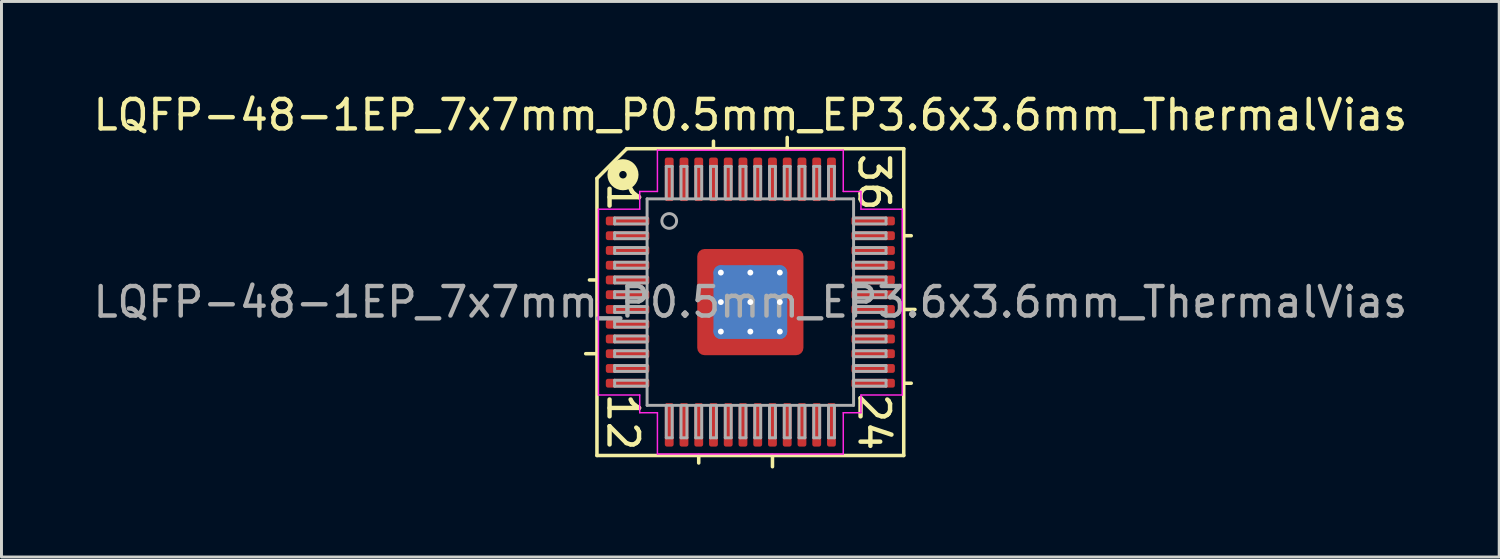
<source format=kicad_pcb>
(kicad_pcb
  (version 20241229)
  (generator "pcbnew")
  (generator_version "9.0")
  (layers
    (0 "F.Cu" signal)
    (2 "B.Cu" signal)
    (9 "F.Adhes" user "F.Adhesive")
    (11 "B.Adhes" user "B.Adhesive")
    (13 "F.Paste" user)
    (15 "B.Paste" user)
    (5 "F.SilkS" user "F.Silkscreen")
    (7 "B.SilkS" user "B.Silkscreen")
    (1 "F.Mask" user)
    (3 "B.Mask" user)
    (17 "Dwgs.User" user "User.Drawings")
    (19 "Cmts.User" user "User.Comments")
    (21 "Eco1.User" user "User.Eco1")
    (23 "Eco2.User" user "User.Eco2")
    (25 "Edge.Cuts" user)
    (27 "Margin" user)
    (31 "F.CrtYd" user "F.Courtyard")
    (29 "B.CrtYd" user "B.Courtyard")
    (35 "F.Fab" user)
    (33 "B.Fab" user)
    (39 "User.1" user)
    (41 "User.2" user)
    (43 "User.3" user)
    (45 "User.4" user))
  (footprint "LQFP-48-1EP_7x7mm_P0.5mm_EP3.6x3.6mm_ThermalVias"
    (layer "F.Cu")
    (at 22.387 7.191)
    (property "Reference" "LQFP-48-1EP_7x7mm_P0.5mm_EP3.6x3.6mm_ThermalVias" (at 0 -6.343 0) (layer "F.SilkS") (effects (font (size 1 1) (thickness 0.15))))
    (attr smd)
    (fp_line (start -5.2 -4.191) (end -5.2 5.2) (stroke (width 0.12) (type solid)) (layer "F.SilkS"))
    (fp_line (start -5.2 -0.75) (end -5.454 -0.75) (stroke (width 0.12) (type solid)) (layer "F.SilkS"))
    (fp_line (start -5.2 1.75) (end -5.581 1.75) (stroke (width 0.12) (type solid)) (layer "F.SilkS"))
    (fp_line (start -5.2 5.2) (end 5.2 5.2) (stroke (width 0.12) (type solid)) (layer "F.SilkS"))
    (fp_line (start -4.191 -5.2) (end -5.2 -4.191) (stroke (width 0.12) (type solid)) (layer "F.SilkS"))
    (fp_line (start -1.75 5.2) (end -1.75 5.454) (stroke (width 0.12) (type solid)) (layer "F.SilkS"))
    (fp_line (start -1.25 -5.2) (end -1.25 -5.454) (stroke (width 0.12) (type solid)) (layer "F.SilkS"))
    (fp_line (start 0.75 5.2) (end 0.75 5.581) (stroke (width 0.12) (type solid)) (layer "F.SilkS"))
    (fp_line (start 1.25 -5.2) (end 1.25 -5.581) (stroke (width 0.12) (type solid)) (layer "F.SilkS"))
    (fp_line (start 5.2 -5.2) (end -4.191 -5.2) (stroke (width 0.12) (type solid)) (layer "F.SilkS"))
    (fp_line (start 5.2 -2.25) (end 5.454 -2.25) (stroke (width 0.12) (type solid)) (layer "F.SilkS"))
    (fp_line (start 5.2 0.25) (end 5.581 0.25) (stroke (width 0.12) (type solid)) (layer "F.SilkS"))
    (fp_line (start 5.2 2.75) (end 5.454 2.75) (stroke (width 0.12) (type solid)) (layer "F.SilkS"))
    (fp_line (start 5.2 5.2) (end 5.2 -5.2) (stroke (width 0.12) (type solid)) (layer "F.SilkS"))
    (fp_circle (center -4.318 -4.318) (end -4.191 -4.318) (stroke (width 0.4) (type solid)) (fill no) (layer "F.SilkS"))
    (fp_line (start -5.15 -3.15) (end -5.15 0) (stroke (width 0.05) (type solid)) (layer "F.CrtYd"))
    (fp_line (start -5.15 3.15) (end -5.15 0) (stroke (width 0.05) (type solid)) (layer "F.CrtYd"))
    (fp_line (start -3.75 -3.75) (end -3.75 -3.15) (stroke (width 0.05) (type solid)) (layer "F.CrtYd"))
    (fp_line (start -3.75 -3.15) (end -5.15 -3.15) (stroke (width 0.05) (type solid)) (layer "F.CrtYd"))
    (fp_line (start -3.75 3.15) (end -5.15 3.15) (stroke (width 0.05) (type solid)) (layer "F.CrtYd"))
    (fp_line (start -3.75 3.75) (end -3.75 3.15) (stroke (width 0.05) (type solid)) (layer "F.CrtYd"))
    (fp_line (start -3.15 -5.15) (end -3.15 -3.75) (stroke (width 0.05) (type solid)) (layer "F.CrtYd"))
    (fp_line (start -3.15 -3.75) (end -3.75 -3.75) (stroke (width 0.05) (type solid)) (layer "F.CrtYd"))
    (fp_line (start -3.15 3.75) (end -3.75 3.75) (stroke (width 0.05) (type solid)) (layer "F.CrtYd"))
    (fp_line (start -3.15 5.15) (end -3.15 3.75) (stroke (width 0.05) (type solid)) (layer "F.CrtYd"))
    (fp_line (start 0 -5.15) (end -3.15 -5.15) (stroke (width 0.05) (type solid)) (layer "F.CrtYd"))
    (fp_line (start 0 -5.15) (end 3.15 -5.15) (stroke (width 0.05) (type solid)) (layer "F.CrtYd"))
    (fp_line (start 0 5.15) (end -3.15 5.15) (stroke (width 0.05) (type solid)) (layer "F.CrtYd"))
    (fp_line (start 0 5.15) (end 3.15 5.15) (stroke (width 0.05) (type solid)) (layer "F.CrtYd"))
    (fp_line (start 3.15 -5.15) (end 3.15 -3.75) (stroke (width 0.05) (type solid)) (layer "F.CrtYd"))
    (fp_line (start 3.15 -3.75) (end 3.75 -3.75) (stroke (width 0.05) (type solid)) (layer "F.CrtYd"))
    (fp_line (start 3.15 3.75) (end 3.75 3.75) (stroke (width 0.05) (type solid)) (layer "F.CrtYd"))
    (fp_line (start 3.15 5.15) (end 3.15 3.75) (stroke (width 0.05) (type solid)) (layer "F.CrtYd"))
    (fp_line (start 3.75 -3.75) (end 3.75 -3.15) (stroke (width 0.05) (type solid)) (layer "F.CrtYd"))
    (fp_line (start 3.75 -3.15) (end 5.15 -3.15) (stroke (width 0.05) (type solid)) (layer "F.CrtYd"))
    (fp_line (start 3.75 3.15) (end 5.15 3.15) (stroke (width 0.05) (type solid)) (layer "F.CrtYd"))
    (fp_line (start 3.75 3.75) (end 3.75 3.15) (stroke (width 0.05) (type solid)) (layer "F.CrtYd"))
    (fp_line (start 5.15 -3.15) (end 5.15 0) (stroke (width 0.05) (type solid)) (layer "F.CrtYd"))
    (fp_line (start 5.15 3.15) (end 5.15 0) (stroke (width 0.05) (type solid)) (layer "F.CrtYd"))
    (fp_line (start -4.6 -2.85) (end -4.6 -2.65) (stroke (width 0.1) (type solid)) (layer "F.Fab"))
    (fp_line (start -4.6 -2.85) (end -3.5 -2.85) (stroke (width 0.1) (type solid)) (layer "F.Fab"))
    (fp_line (start -4.6 -2.65) (end -3.5 -2.65) (stroke (width 0.1) (type solid)) (layer "F.Fab"))
    (fp_line (start -4.6 -2.35) (end -4.6 -2.15) (stroke (width 0.1) (type solid)) (layer "F.Fab"))
    (fp_line (start -4.6 -2.35) (end -3.5 -2.35) (stroke (width 0.1) (type solid)) (layer "F.Fab"))
    (fp_line (start -4.6 -2.15) (end -3.5 -2.15) (stroke (width 0.1) (type solid)) (layer "F.Fab"))
    (fp_line (start -4.6 -1.85) (end -4.6 -1.65) (stroke (width 0.1) (type solid)) (layer "F.Fab"))
    (fp_line (start -4.6 -1.85) (end -3.5 -1.85) (stroke (width 0.1) (type solid)) (layer "F.Fab"))
    (fp_line (start -4.6 -1.65) (end -3.5 -1.65) (stroke (width 0.1) (type solid)) (layer "F.Fab"))
    (fp_line (start -4.6 -1.35) (end -4.6 -1.15) (stroke (width 0.1) (type solid)) (layer "F.Fab"))
    (fp_line (start -4.6 -1.35) (end -3.5 -1.35) (stroke (width 0.1) (type solid)) (layer "F.Fab"))
    (fp_line (start -4.6 -1.15) (end -3.5 -1.15) (stroke (width 0.1) (type solid)) (layer "F.Fab"))
    (fp_line (start -4.6 -0.85) (end -4.6 -0.65) (stroke (width 0.1) (type solid)) (layer "F.Fab"))
    (fp_line (start -4.6 -0.85) (end -3.5 -0.85) (stroke (width 0.1) (type solid)) (layer "F.Fab"))
    (fp_line (start -4.6 -0.65) (end -3.5 -0.65) (stroke (width 0.1) (type solid)) (layer "F.Fab"))
    (fp_line (start -4.6 -0.35) (end -4.6 -0.15) (stroke (width 0.1) (type solid)) (layer "F.Fab"))
    (fp_line (start -4.6 -0.35) (end -3.5 -0.35) (stroke (width 0.1) (type solid)) (layer "F.Fab"))
    (fp_line (start -4.6 -0.15) (end -3.5 -0.15) (stroke (width 0.1) (type solid)) (layer "F.Fab"))
    (fp_line (start -4.6 0.15) (end -4.6 0.35) (stroke (width 0.1) (type solid)) (layer "F.Fab"))
    (fp_line (start -4.6 0.15) (end -3.5 0.15) (stroke (width 0.1) (type solid)) (layer "F.Fab"))
    (fp_line (start -4.6 0.35) (end -3.5 0.35) (stroke (width 0.1) (type solid)) (layer "F.Fab"))
    (fp_line (start -4.6 0.65) (end -4.6 0.85) (stroke (width 0.1) (type solid)) (layer "F.Fab"))
    (fp_line (start -4.6 0.65) (end -3.5 0.65) (stroke (width 0.1) (type solid)) (layer "F.Fab"))
    (fp_line (start -4.6 0.85) (end -3.5 0.85) (stroke (width 0.1) (type solid)) (layer "F.Fab"))
    (fp_line (start -4.6 1.15) (end -4.6 1.35) (stroke (width 0.1) (type solid)) (layer "F.Fab"))
    (fp_line (start -4.6 1.15) (end -3.5 1.15) (stroke (width 0.1) (type solid)) (layer "F.Fab"))
    (fp_line (start -4.6 1.35) (end -3.5 1.35) (stroke (width 0.1) (type solid)) (layer "F.Fab"))
    (fp_line (start -4.6 1.65) (end -4.6 1.85) (stroke (width 0.1) (type solid)) (layer "F.Fab"))
    (fp_line (start -4.6 1.65) (end -3.5 1.65) (stroke (width 0.1) (type solid)) (layer "F.Fab"))
    (fp_line (start -4.6 1.85) (end -3.5 1.85) (stroke (width 0.1) (type solid)) (layer "F.Fab"))
    (fp_line (start -4.6 2.15) (end -4.6 2.35) (stroke (width 0.1) (type solid)) (layer "F.Fab"))
    (fp_line (start -4.6 2.15) (end -3.5 2.15) (stroke (width 0.1) (type solid)) (layer "F.Fab"))
    (fp_line (start -4.6 2.35) (end -3.5 2.35) (stroke (width 0.1) (type solid)) (layer "F.Fab"))
    (fp_line (start -4.6 2.65) (end -4.6 2.85) (stroke (width 0.1) (type solid)) (layer "F.Fab"))
    (fp_line (start -4.6 2.65) (end -3.5 2.65) (stroke (width 0.1) (type solid)) (layer "F.Fab"))
    (fp_line (start -4.6 2.85) (end -3.5 2.85) (stroke (width 0.1) (type solid)) (layer "F.Fab"))
    (fp_line (start -3.5 -3.5) (end 3.5 -3.5) (stroke (width 0.1) (type solid)) (layer "F.Fab"))
    (fp_line (start -3.5 3.5) (end -3.5 -3.5) (stroke (width 0.1) (type solid)) (layer "F.Fab"))
    (fp_line (start -2.85 -4.6) (end -2.85 -3.5) (stroke (width 0.1) (type solid)) (layer "F.Fab"))
    (fp_line (start -2.85 4.6) (end -2.85 3.5) (stroke (width 0.1) (type solid)) (layer "F.Fab"))
    (fp_line (start -2.85 4.6) (end -2.65 4.6) (stroke (width 0.1) (type solid)) (layer "F.Fab"))
    (fp_line (start -2.65 -4.6) (end -2.85 -4.6) (stroke (width 0.1) (type solid)) (layer "F.Fab"))
    (fp_line (start -2.65 -4.6) (end -2.65 -3.5) (stroke (width 0.1) (type solid)) (layer "F.Fab"))
    (fp_line (start -2.65 4.6) (end -2.65 3.5) (stroke (width 0.1) (type solid)) (layer "F.Fab"))
    (fp_line (start -2.35 -4.6) (end -2.35 -3.5) (stroke (width 0.1) (type solid)) (layer "F.Fab"))
    (fp_line (start -2.35 4.6) (end -2.35 3.5) (stroke (width 0.1) (type solid)) (layer "F.Fab"))
    (fp_line (start -2.35 4.6) (end -2.15 4.6) (stroke (width 0.1) (type solid)) (layer "F.Fab"))
    (fp_line (start -2.15 -4.6) (end -2.35 -4.6) (stroke (width 0.1) (type solid)) (layer "F.Fab"))
    (fp_line (start -2.15 -4.6) (end -2.15 -3.5) (stroke (width 0.1) (type solid)) (layer "F.Fab"))
    (fp_line (start -2.15 4.6) (end -2.15 3.5) (stroke (width 0.1) (type solid)) (layer "F.Fab"))
    (fp_line (start -1.85 -4.6) (end -1.85 -3.5) (stroke (width 0.1) (type solid)) (layer "F.Fab"))
    (fp_line (start -1.85 4.6) (end -1.85 3.5) (stroke (width 0.1) (type solid)) (layer "F.Fab"))
    (fp_line (start -1.85 4.6) (end -1.65 4.6) (stroke (width 0.1) (type solid)) (layer "F.Fab"))
    (fp_line (start -1.65 -4.6) (end -1.85 -4.6) (stroke (width 0.1) (type solid)) (layer "F.Fab"))
    (fp_line (start -1.65 -4.6) (end -1.65 -3.5) (stroke (width 0.1) (type solid)) (layer "F.Fab"))
    (fp_line (start -1.65 4.6) (end -1.65 3.5) (stroke (width 0.1) (type solid)) (layer "F.Fab"))
    (fp_line (start -1.35 -4.6) (end -1.35 -3.5) (stroke (width 0.1) (type solid)) (layer "F.Fab"))
    (fp_line (start -1.35 4.6) (end -1.35 3.5) (stroke (width 0.1) (type solid)) (layer "F.Fab"))
    (fp_line (start -1.35 4.6) (end -1.15 4.6) (stroke (width 0.1) (type solid)) (layer "F.Fab"))
    (fp_line (start -1.15 -4.6) (end -1.35 -4.6) (stroke (width 0.1) (type solid)) (layer "F.Fab"))
    (fp_line (start -1.15 -4.6) (end -1.15 -3.5) (stroke (width 0.1) (type solid)) (layer "F.Fab"))
    (fp_line (start -1.15 4.6) (end -1.15 3.5) (stroke (width 0.1) (type solid)) (layer "F.Fab"))
    (fp_line (start -0.85 -4.6) (end -0.85 -3.5) (stroke (width 0.1) (type solid)) (layer "F.Fab"))
    (fp_line (start -0.85 4.6) (end -0.85 3.5) (stroke (width 0.1) (type solid)) (layer "F.Fab"))
    (fp_line (start -0.85 4.6) (end -0.65 4.6) (stroke (width 0.1) (type solid)) (layer "F.Fab"))
    (fp_line (start -0.65 -4.6) (end -0.85 -4.6) (stroke (width 0.1) (type solid)) (layer "F.Fab"))
    (fp_line (start -0.65 -4.6) (end -0.65 -3.5) (stroke (width 0.1) (type solid)) (layer "F.Fab"))
    (fp_line (start -0.65 4.6) (end -0.65 3.5) (stroke (width 0.1) (type solid)) (layer "F.Fab"))
    (fp_line (start -0.35 -4.6) (end -0.35 -3.5) (stroke (width 0.1) (type solid)) (layer "F.Fab"))
    (fp_line (start -0.35 4.6) (end -0.35 3.5) (stroke (width 0.1) (type solid)) (layer "F.Fab"))
    (fp_line (start -0.35 4.6) (end -0.15 4.6) (stroke (width 0.1) (type solid)) (layer "F.Fab"))
    (fp_line (start -0.15 -4.6) (end -0.35 -4.6) (stroke (width 0.1) (type solid)) (layer "F.Fab"))
    (fp_line (start -0.15 -4.6) (end -0.15 -3.5) (stroke (width 0.1) (type solid)) (layer "F.Fab"))
    (fp_line (start -0.15 4.6) (end -0.15 3.5) (stroke (width 0.1) (type solid)) (layer "F.Fab"))
    (fp_line (start 0.15 -4.6) (end 0.15 -3.5) (stroke (width 0.1) (type solid)) (layer "F.Fab"))
    (fp_line (start 0.15 4.6) (end 0.15 3.5) (stroke (width 0.1) (type solid)) (layer "F.Fab"))
    (fp_line (start 0.15 4.6) (end 0.35 4.6) (stroke (width 0.1) (type solid)) (layer "F.Fab"))
    (fp_line (start 0.35 -4.6) (end 0.15 -4.6) (stroke (width 0.1) (type solid)) (layer "F.Fab"))
    (fp_line (start 0.35 -4.6) (end 0.35 -3.5) (stroke (width 0.1) (type solid)) (layer "F.Fab"))
    (fp_line (start 0.35 4.6) (end 0.35 3.5) (stroke (width 0.1) (type solid)) (layer "F.Fab"))
    (fp_line (start 0.65 -4.6) (end 0.65 -3.5) (stroke (width 0.1) (type solid)) (layer "F.Fab"))
    (fp_line (start 0.65 4.6) (end 0.65 3.5) (stroke (width 0.1) (type solid)) (layer "F.Fab"))
    (fp_line (start 0.65 4.6) (end 0.85 4.6) (stroke (width 0.1) (type solid)) (layer "F.Fab"))
    (fp_line (start 0.85 -4.6) (end 0.65 -4.6) (stroke (width 0.1) (type solid)) (layer "F.Fab"))
    (fp_line (start 0.85 -4.6) (end 0.85 -3.5) (stroke (width 0.1) (type solid)) (layer "F.Fab"))
    (fp_line (start 0.85 4.6) (end 0.85 3.5) (stroke (width 0.1) (type solid)) (layer "F.Fab"))
    (fp_line (start 1.15 -4.6) (end 1.15 -3.5) (stroke (width 0.1) (type solid)) (layer "F.Fab"))
    (fp_line (start 1.15 4.6) (end 1.15 3.5) (stroke (width 0.1) (type solid)) (layer "F.Fab"))
    (fp_line (start 1.15 4.6) (end 1.35 4.6) (stroke (width 0.1) (type solid)) (layer "F.Fab"))
    (fp_line (start 1.35 -4.6) (end 1.15 -4.6) (stroke (width 0.1) (type solid)) (layer "F.Fab"))
    (fp_line (start 1.35 -4.6) (end 1.35 -3.5) (stroke (width 0.1) (type solid)) (layer "F.Fab"))
    (fp_line (start 1.35 4.6) (end 1.35 3.5) (stroke (width 0.1) (type solid)) (layer "F.Fab"))
    (fp_line (start 1.65 -4.6) (end 1.65 -3.5) (stroke (width 0.1) (type solid)) (layer "F.Fab"))
    (fp_line (start 1.65 4.6) (end 1.65 3.5) (stroke (width 0.1) (type solid)) (layer "F.Fab"))
    (fp_line (start 1.65 4.6) (end 1.85 4.6) (stroke (width 0.1) (type solid)) (layer "F.Fab"))
    (fp_line (start 1.85 -4.6) (end 1.65 -4.6) (stroke (width 0.1) (type solid)) (layer "F.Fab"))
    (fp_line (start 1.85 -4.6) (end 1.85 -3.5) (stroke (width 0.1) (type solid)) (layer "F.Fab"))
    (fp_line (start 1.85 4.6) (end 1.85 3.5) (stroke (width 0.1) (type solid)) (layer "F.Fab"))
    (fp_line (start 2.15 -4.6) (end 2.15 -3.5) (stroke (width 0.1) (type solid)) (layer "F.Fab"))
    (fp_line (start 2.15 4.6) (end 2.15 3.5) (stroke (width 0.1) (type solid)) (layer "F.Fab"))
    (fp_line (start 2.15 4.6) (end 2.35 4.6) (stroke (width 0.1) (type solid)) (layer "F.Fab"))
    (fp_line (start 2.35 -4.6) (end 2.15 -4.6) (stroke (width 0.1) (type solid)) (layer "F.Fab"))
    (fp_line (start 2.35 -4.6) (end 2.35 -3.5) (stroke (width 0.1) (type solid)) (layer "F.Fab"))
    (fp_line (start 2.35 4.6) (end 2.35 3.5) (stroke (width 0.1) (type solid)) (layer "F.Fab"))
    (fp_line (start 2.65 -4.6) (end 2.65 -3.5) (stroke (width 0.1) (type solid)) (layer "F.Fab"))
    (fp_line (start 2.65 4.6) (end 2.65 3.5) (stroke (width 0.1) (type solid)) (layer "F.Fab"))
    (fp_line (start 2.65 4.6) (end 2.85 4.6) (stroke (width 0.1) (type solid)) (layer "F.Fab"))
    (fp_line (start 2.85 -4.6) (end 2.65 -4.6) (stroke (width 0.1) (type solid)) (layer "F.Fab"))
    (fp_line (start 2.85 -4.6) (end 2.85 -3.5) (stroke (width 0.1) (type solid)) (layer "F.Fab"))
    (fp_line (start 2.85 4.6) (end 2.85 3.5) (stroke (width 0.1) (type solid)) (layer "F.Fab"))
    (fp_line (start 3.5 -3.5) (end 3.5 3.5) (stroke (width 0.1) (type solid)) (layer "F.Fab"))
    (fp_line (start 3.5 3.5) (end -3.5 3.5) (stroke (width 0.1) (type solid)) (layer "F.Fab"))
    (fp_line (start 4.6 -2.85) (end 3.5 -2.85) (stroke (width 0.1) (type solid)) (layer "F.Fab"))
    (fp_line (start 4.6 -2.65) (end 3.5 -2.65) (stroke (width 0.1) (type solid)) (layer "F.Fab"))
    (fp_line (start 4.6 -2.65) (end 4.6 -2.85) (stroke (width 0.1) (type solid)) (layer "F.Fab"))
    (fp_line (start 4.6 -2.35) (end 3.5 -2.35) (stroke (width 0.1) (type solid)) (layer "F.Fab"))
    (fp_line (start 4.6 -2.15) (end 3.5 -2.15) (stroke (width 0.1) (type solid)) (layer "F.Fab"))
    (fp_line (start 4.6 -2.15) (end 4.6 -2.35) (stroke (width 0.1) (type solid)) (layer "F.Fab"))
    (fp_line (start 4.6 -1.85) (end 3.5 -1.85) (stroke (width 0.1) (type solid)) (layer "F.Fab"))
    (fp_line (start 4.6 -1.65) (end 3.5 -1.65) (stroke (width 0.1) (type solid)) (layer "F.Fab"))
    (fp_line (start 4.6 -1.65) (end 4.6 -1.85) (stroke (width 0.1) (type solid)) (layer "F.Fab"))
    (fp_line (start 4.6 -1.35) (end 3.5 -1.35) (stroke (width 0.1) (type solid)) (layer "F.Fab"))
    (fp_line (start 4.6 -1.15) (end 3.5 -1.15) (stroke (width 0.1) (type solid)) (layer "F.Fab"))
    (fp_line (start 4.6 -1.15) (end 4.6 -1.35) (stroke (width 0.1) (type solid)) (layer "F.Fab"))
    (fp_line (start 4.6 -0.85) (end 3.5 -0.85) (stroke (width 0.1) (type solid)) (layer "F.Fab"))
    (fp_line (start 4.6 -0.65) (end 3.5 -0.65) (stroke (width 0.1) (type solid)) (layer "F.Fab"))
    (fp_line (start 4.6 -0.65) (end 4.6 -0.85) (stroke (width 0.1) (type solid)) (layer "F.Fab"))
    (fp_line (start 4.6 -0.35) (end 3.5 -0.35) (stroke (width 0.1) (type solid)) (layer "F.Fab"))
    (fp_line (start 4.6 -0.15) (end 3.5 -0.15) (stroke (width 0.1) (type solid)) (layer "F.Fab"))
    (fp_line (start 4.6 -0.15) (end 4.6 -0.35) (stroke (width 0.1) (type solid)) (layer "F.Fab"))
    (fp_line (start 4.6 0.15) (end 3.5 0.15) (stroke (width 0.1) (type solid)) (layer "F.Fab"))
    (fp_line (start 4.6 0.35) (end 3.5 0.35) (stroke (width 0.1) (type solid)) (layer "F.Fab"))
    (fp_line (start 4.6 0.35) (end 4.6 0.15) (stroke (width 0.1) (type solid)) (layer "F.Fab"))
    (fp_line (start 4.6 0.65) (end 3.5 0.65) (stroke (width 0.1) (type solid)) (layer "F.Fab"))
    (fp_line (start 4.6 0.85) (end 3.5 0.85) (stroke (width 0.1) (type solid)) (layer "F.Fab"))
    (fp_line (start 4.6 0.85) (end 4.6 0.65) (stroke (width 0.1) (type solid)) (layer "F.Fab"))
    (fp_line (start 4.6 1.15) (end 3.5 1.15) (stroke (width 0.1) (type solid)) (layer "F.Fab"))
    (fp_line (start 4.6 1.35) (end 3.5 1.35) (stroke (width 0.1) (type solid)) (layer "F.Fab"))
    (fp_line (start 4.6 1.35) (end 4.6 1.15) (stroke (width 0.1) (type solid)) (layer "F.Fab"))
    (fp_line (start 4.6 1.65) (end 3.5 1.65) (stroke (width 0.1) (type solid)) (layer "F.Fab"))
    (fp_line (start 4.6 1.85) (end 3.5 1.85) (stroke (width 0.1) (type solid)) (layer "F.Fab"))
    (fp_line (start 4.6 1.85) (end 4.6 1.65) (stroke (width 0.1) (type solid)) (layer "F.Fab"))
    (fp_line (start 4.6 2.15) (end 3.5 2.15) (stroke (width 0.1) (type solid)) (layer "F.Fab"))
    (fp_line (start 4.6 2.35) (end 3.5 2.35) (stroke (width 0.1) (type solid)) (layer "F.Fab"))
    (fp_line (start 4.6 2.35) (end 4.6 2.15) (stroke (width 0.1) (type solid)) (layer "F.Fab"))
    (fp_line (start 4.6 2.65) (end 3.5 2.65) (stroke (width 0.1) (type solid)) (layer "F.Fab"))
    (fp_line (start 4.6 2.85) (end 3.5 2.85) (stroke (width 0.1) (type solid)) (layer "F.Fab"))
    (fp_line (start 4.6 2.85) (end 4.6 2.65) (stroke (width 0.1) (type solid)) (layer "F.Fab"))
    (fp_circle (center -2.75 -2.75) (end -2.5 -2.75) (stroke (width 0.1) (type solid)) (fill no) (layer "F.Fab"))
    (fp_text user "24" (at 4.191 4.064 270) (unlocked yes) (layer "F.SilkS") (effects (font (size 1 1) (thickness 0.15))))
    (fp_text user "12" (at -4.318 4.064 270) (unlocked yes) (layer "F.SilkS") (effects (font (size 1 1) (thickness 0.15))))
    (fp_text user "36" (at 4.191 -4.064 270) (unlocked yes) (layer "F.SilkS") (effects (font (size 1 1) (thickness 0.15))))
    (fp_text user "1" (at -4.318 -3.556 270) (unlocked yes) (layer "F.SilkS") (effects (font (size 1 1) (thickness 0.15))))
    (fp_text user "${REFERENCE}" (at 0 0 0) (layer "F.Fab") (effects (font (size 1 1) (thickness 0.15))))
    (pad "" smd custom (at -1.4 -1.4) (size 0.555 0.555) (layers "F.Paste") (options (anchor circle)) (primitives (gr_poly (pts (xy 0.232 0.157) (xy 0.157 0.232) (xy -0.232 0.232) (xy -0.232 -0.232) (xy 0.232 -0.232)) (width 0.181) (fill yes))))
    (pad "" smd custom (at -1.4 -0.5) (size 0.568 0.568) (layers "F.Paste") (options (anchor circle)) (primitives (gr_poly (pts (xy 0.246 -0.263) (xy 0.246 0.263) (xy 0.182 0.326) (xy -0.246 0.326) (xy -0.246 -0.326) (xy 0.182 -0.326)) (width 0.153) (fill yes))))
    (pad "" smd custom (at -1.4 0.5) (size 0.568 0.568) (layers "F.Paste") (options (anchor circle)) (primitives (gr_poly (pts (xy 0.246 -0.263) (xy 0.246 0.263) (xy 0.182 0.326) (xy -0.246 0.326) (xy -0.246 -0.326) (xy 0.182 -0.326)) (width 0.153) (fill yes))))
    (pad "" smd custom (at -1.4 1.4) (size 0.555 0.555) (layers "F.Paste") (options (anchor circle)) (primitives (gr_poly (pts (xy 0.232 -0.157) (xy 0.232 0.232) (xy -0.232 0.232) (xy -0.232 -0.232) (xy 0.157 -0.232)) (width 0.181) (fill yes))))
    (pad "" smd custom (at -0.5 -1.4) (size 0.568 0.568) (layers "F.Paste") (options (anchor circle)) (primitives (gr_poly (pts (xy 0.326 0.182) (xy 0.263 0.246) (xy -0.263 0.246) (xy -0.326 0.182) (xy -0.326 -0.246) (xy 0.326 -0.246)) (width 0.153) (fill yes))))
    (pad "" smd roundrect (at -0.5 -0.5) (size 0.806 0.806) (layers "F.Paste") (roundrect_rratio 0.25))
    (pad "" smd roundrect (at -0.5 0.5) (size 0.806 0.806) (layers "F.Paste") (roundrect_rratio 0.25))
    (pad "" smd custom (at -0.5 1.4) (size 0.568 0.568) (layers "F.Paste") (options (anchor circle)) (primitives (gr_poly (pts (xy 0.326 -0.182) (xy 0.326 0.246) (xy -0.326 0.246) (xy -0.326 -0.182) (xy -0.263 -0.246) (xy 0.263 -0.246)) (width 0.153) (fill yes))))
    (pad "" smd custom (at 0.5 -1.4) (size 0.568 0.568) (layers "F.Paste") (options (anchor circle)) (primitives (gr_poly (pts (xy 0.326 0.182) (xy 0.263 0.246) (xy -0.263 0.246) (xy -0.326 0.182) (xy -0.326 -0.246) (xy 0.326 -0.246)) (width 0.153) (fill yes))))
    (pad "" smd roundrect (at 0.5 -0.5) (size 0.806 0.806) (layers "F.Paste") (roundrect_rratio 0.25))
    (pad "" smd roundrect (at 0.5 0.5) (size 0.806 0.806) (layers "F.Paste") (roundrect_rratio 0.25))
    (pad "" smd custom (at 0.5 1.4) (size 0.568 0.568) (layers "F.Paste") (options (anchor circle)) (primitives (gr_poly (pts (xy 0.326 -0.182) (xy 0.326 0.246) (xy -0.326 0.246) (xy -0.326 -0.182) (xy -0.263 -0.246) (xy 0.263 -0.246)) (width 0.153) (fill yes))))
    (pad "" smd custom (at 1.4 -1.4) (size 0.555 0.555) (layers "F.Paste") (options (anchor circle)) (primitives (gr_poly (pts (xy 0.232 0.232) (xy -0.157 0.232) (xy -0.232 0.157) (xy -0.232 -0.232) (xy 0.232 -0.232)) (width 0.181) (fill yes))))
    (pad "" smd custom (at 1.4 -0.5) (size 0.568 0.568) (layers "F.Paste") (options (anchor circle)) (primitives (gr_poly (pts (xy 0.246 0.326) (xy -0.182 0.326) (xy -0.246 0.263) (xy -0.246 -0.263) (xy -0.182 -0.326) (xy 0.246 -0.326)) (width 0.153) (fill yes))))
    (pad "" smd custom (at 1.4 0.5) (size 0.568 0.568) (layers "F.Paste") (options (anchor circle)) (primitives (gr_poly (pts (xy 0.246 0.326) (xy -0.182 0.326) (xy -0.246 0.263) (xy -0.246 -0.263) (xy -0.182 -0.326) (xy 0.246 -0.326)) (width 0.153) (fill yes))))
    (pad "" smd custom (at 1.4 1.4) (size 0.555 0.555) (layers "F.Paste") (options (anchor circle)) (primitives (gr_poly (pts (xy 0.232 0.232) (xy -0.232 0.232) (xy -0.232 -0.157) (xy -0.157 -0.232) (xy 0.232 -0.232)) (width 0.181) (fill yes))))
    (pad "1" smd roundrect (at -4.162 -2.75) (size 1.475 0.3) (layers "F.Cu" "F.Mask" "F.Paste") (roundrect_rratio 0.25))
    (pad "2" smd roundrect (at -4.162 -2.25) (size 1.475 0.3) (layers "F.Cu" "F.Mask" "F.Paste") (roundrect_rratio 0.25))
    (pad "3" smd roundrect (at -4.162 -1.75) (size 1.475 0.3) (layers "F.Cu" "F.Mask" "F.Paste") (roundrect_rratio 0.25))
    (pad "4" smd roundrect (at -4.162 -1.25) (size 1.475 0.3) (layers "F.Cu" "F.Mask" "F.Paste") (roundrect_rratio 0.25))
    (pad "5" smd roundrect (at -4.162 -0.75) (size 1.475 0.3) (layers "F.Cu" "F.Mask" "F.Paste") (roundrect_rratio 0.25))
    (pad "6" smd roundrect (at -4.162 -0.25) (size 1.475 0.3) (layers "F.Cu" "F.Mask" "F.Paste") (roundrect_rratio 0.25))
    (pad "7" smd roundrect (at -4.162 0.25) (size 1.475 0.3) (layers "F.Cu" "F.Mask" "F.Paste") (roundrect_rratio 0.25))
    (pad "8" smd roundrect (at -4.162 0.75) (size 1.475 0.3) (layers "F.Cu" "F.Mask" "F.Paste") (roundrect_rratio 0.25))
    (pad "9" smd roundrect (at -4.162 1.25) (size 1.475 0.3) (layers "F.Cu" "F.Mask" "F.Paste") (roundrect_rratio 0.25))
    (pad "10" smd roundrect (at -4.162 1.75) (size 1.475 0.3) (layers "F.Cu" "F.Mask" "F.Paste") (roundrect_rratio 0.25))
    (pad "11" smd roundrect (at -4.162 2.25) (size 1.475 0.3) (layers "F.Cu" "F.Mask" "F.Paste") (roundrect_rratio 0.25))
    (pad "12" smd roundrect (at -4.162 2.75) (size 1.475 0.3) (layers "F.Cu" "F.Mask" "F.Paste") (roundrect_rratio 0.25))
    (pad "13" smd roundrect (at -2.75 4.162) (size 0.3 1.475) (layers "F.Cu" "F.Mask" "F.Paste") (roundrect_rratio 0.25))
    (pad "14" smd roundrect (at -2.25 4.162) (size 0.3 1.475) (layers "F.Cu" "F.Mask" "F.Paste") (roundrect_rratio 0.25))
    (pad "15" smd roundrect (at -1.75 4.162) (size 0.3 1.475) (layers "F.Cu" "F.Mask" "F.Paste") (roundrect_rratio 0.25))
    (pad "16" smd roundrect (at -1.25 4.162) (size 0.3 1.475) (layers "F.Cu" "F.Mask" "F.Paste") (roundrect_rratio 0.25))
    (pad "17" smd roundrect (at -0.75 4.162) (size 0.3 1.475) (layers "F.Cu" "F.Mask" "F.Paste") (roundrect_rratio 0.25))
    (pad "18" smd roundrect (at -0.25 4.162) (size 0.3 1.475) (layers "F.Cu" "F.Mask" "F.Paste") (roundrect_rratio 0.25))
    (pad "19" smd roundrect (at 0.25 4.162) (size 0.3 1.475) (layers "F.Cu" "F.Mask" "F.Paste") (roundrect_rratio 0.25))
    (pad "20" smd roundrect (at 0.75 4.162) (size 0.3 1.475) (layers "F.Cu" "F.Mask" "F.Paste") (roundrect_rratio 0.25))
    (pad "21" smd roundrect (at 1.25 4.162) (size 0.3 1.475) (layers "F.Cu" "F.Mask" "F.Paste") (roundrect_rratio 0.25))
    (pad "22" smd roundrect (at 1.75 4.162) (size 0.3 1.475) (layers "F.Cu" "F.Mask" "F.Paste") (roundrect_rratio 0.25))
    (pad "23" smd roundrect (at 2.25 4.162) (size 0.3 1.475) (layers "F.Cu" "F.Mask" "F.Paste") (roundrect_rratio 0.25))
    (pad "24" smd roundrect (at 2.75 4.162) (size 0.3 1.475) (layers "F.Cu" "F.Mask" "F.Paste") (roundrect_rratio 0.25))
    (pad "25" smd roundrect (at 4.162 2.75) (size 1.475 0.3) (layers "F.Cu" "F.Mask" "F.Paste") (roundrect_rratio 0.25))
    (pad "26" smd roundrect (at 4.162 2.25) (size 1.475 0.3) (layers "F.Cu" "F.Mask" "F.Paste") (roundrect_rratio 0.25))
    (pad "27" smd roundrect (at 4.162 1.75) (size 1.475 0.3) (layers "F.Cu" "F.Mask" "F.Paste") (roundrect_rratio 0.25))
    (pad "28" smd roundrect (at 4.162 1.25) (size 1.475 0.3) (layers "F.Cu" "F.Mask" "F.Paste") (roundrect_rratio 0.25))
    (pad "29" smd roundrect (at 4.162 0.75) (size 1.475 0.3) (layers "F.Cu" "F.Mask" "F.Paste") (roundrect_rratio 0.25))
    (pad "30" smd roundrect (at 4.162 0.25) (size 1.475 0.3) (layers "F.Cu" "F.Mask" "F.Paste") (roundrect_rratio 0.25))
    (pad "31" smd roundrect (at 4.162 -0.25) (size 1.475 0.3) (layers "F.Cu" "F.Mask" "F.Paste") (roundrect_rratio 0.25))
    (pad "32" smd roundrect (at 4.162 -0.75) (size 1.475 0.3) (layers "F.Cu" "F.Mask" "F.Paste") (roundrect_rratio 0.25))
    (pad "33" smd roundrect (at 4.162 -1.25) (size 1.475 0.3) (layers "F.Cu" "F.Mask" "F.Paste") (roundrect_rratio 0.25))
    (pad "34" smd roundrect (at 4.162 -1.75) (size 1.475 0.3) (layers "F.Cu" "F.Mask" "F.Paste") (roundrect_rratio 0.25))
    (pad "35" smd roundrect (at 4.162 -2.25) (size 1.475 0.3) (layers "F.Cu" "F.Mask" "F.Paste") (roundrect_rratio 0.25))
    (pad "36" smd roundrect (at 4.162 -2.75) (size 1.475 0.3) (layers "F.Cu" "F.Mask" "F.Paste") (roundrect_rratio 0.25))
    (pad "37" smd roundrect (at 2.75 -4.162) (size 0.3 1.475) (layers "F.Cu" "F.Mask" "F.Paste") (roundrect_rratio 0.25))
    (pad "38" smd roundrect (at 2.25 -4.162) (size 0.3 1.475) (layers "F.Cu" "F.Mask" "F.Paste") (roundrect_rratio 0.25))
    (pad "39" smd roundrect (at 1.75 -4.162) (size 0.3 1.475) (layers "F.Cu" "F.Mask" "F.Paste") (roundrect_rratio 0.25))
    (pad "40" smd roundrect (at 1.25 -4.162) (size 0.3 1.475) (layers "F.Cu" "F.Mask" "F.Paste") (roundrect_rratio 0.25))
    (pad "41" smd roundrect (at 0.75 -4.162) (size 0.3 1.475) (layers "F.Cu" "F.Mask" "F.Paste") (roundrect_rratio 0.25))
    (pad "42" smd roundrect (at 0.25 -4.162) (size 0.3 1.475) (layers "F.Cu" "F.Mask" "F.Paste") (roundrect_rratio 0.25))
    (pad "43" smd roundrect (at -0.25 -4.162) (size 0.3 1.475) (layers "F.Cu" "F.Mask" "F.Paste") (roundrect_rratio 0.25))
    (pad "44" smd roundrect (at -0.75 -4.162) (size 0.3 1.475) (layers "F.Cu" "F.Mask" "F.Paste") (roundrect_rratio 0.25))
    (pad "45" smd roundrect (at -1.25 -4.162) (size 0.3 1.475) (layers "F.Cu" "F.Mask" "F.Paste") (roundrect_rratio 0.25))
    (pad "46" smd roundrect (at -1.75 -4.162) (size 0.3 1.475) (layers "F.Cu" "F.Mask" "F.Paste") (roundrect_rratio 0.25))
    (pad "47" smd roundrect (at -2.25 -4.162) (size 0.3 1.475) (layers "F.Cu" "F.Mask" "F.Paste") (roundrect_rratio 0.25))
    (pad "48" smd roundrect (at -2.75 -4.162) (size 0.3 1.475) (layers "F.Cu" "F.Mask" "F.Paste") (roundrect_rratio 0.25))
    (pad "49" thru_hole circle (at -1 -1) (size 0.5 0.5) (drill 0.2) (property pad_prop_heatsink) (layers "*.Cu"))
    (pad "49" thru_hole circle (at -1 0) (size 0.5 0.5) (drill 0.2) (property pad_prop_heatsink) (layers "*.Cu"))
    (pad "49" thru_hole circle (at -1 1) (size 0.5 0.5) (drill 0.2) (property pad_prop_heatsink) (layers "*.Cu"))
    (pad "49" thru_hole circle (at 0 -1) (size 0.5 0.5) (drill 0.2) (property pad_prop_heatsink) (layers "*.Cu"))
    (pad "49" thru_hole circle (at 0 0) (size 0.5 0.5) (drill 0.2) (property pad_prop_heatsink) (layers "*.Cu"))
    (pad "49" smd roundrect (at 0 0) (size 2.5 2.5) (layers "B.Cu" "B.Mask") (roundrect_rratio 0.1))
    (pad "49" smd roundrect (at 0 0) (size 3.6 3.6) (layers "F.Cu" "F.Mask") (roundrect_rratio 0.069))
    (pad "49" thru_hole circle (at 0 1) (size 0.5 0.5) (drill 0.2) (property pad_prop_heatsink) (layers "*.Cu"))
    (pad "49" thru_hole circle (at 1 -1) (size 0.5 0.5) (drill 0.2) (property pad_prop_heatsink) (layers "*.Cu"))
    (pad "49" thru_hole circle (at 1 0) (size 0.5 0.5) (drill 0.2) (property pad_prop_heatsink) (layers "*.Cu"))
    (pad "49" thru_hole circle (at 1 1) (size 0.5 0.5) (drill 0.2) (property pad_prop_heatsink) (layers "*.Cu")))
  (gr_rect
    (start -3 -3)
    (end 47.774 15.832)
    (stroke (width 0.1) (type default))
    (fill no)
    (layer "Edge.Cuts")))
</source>
